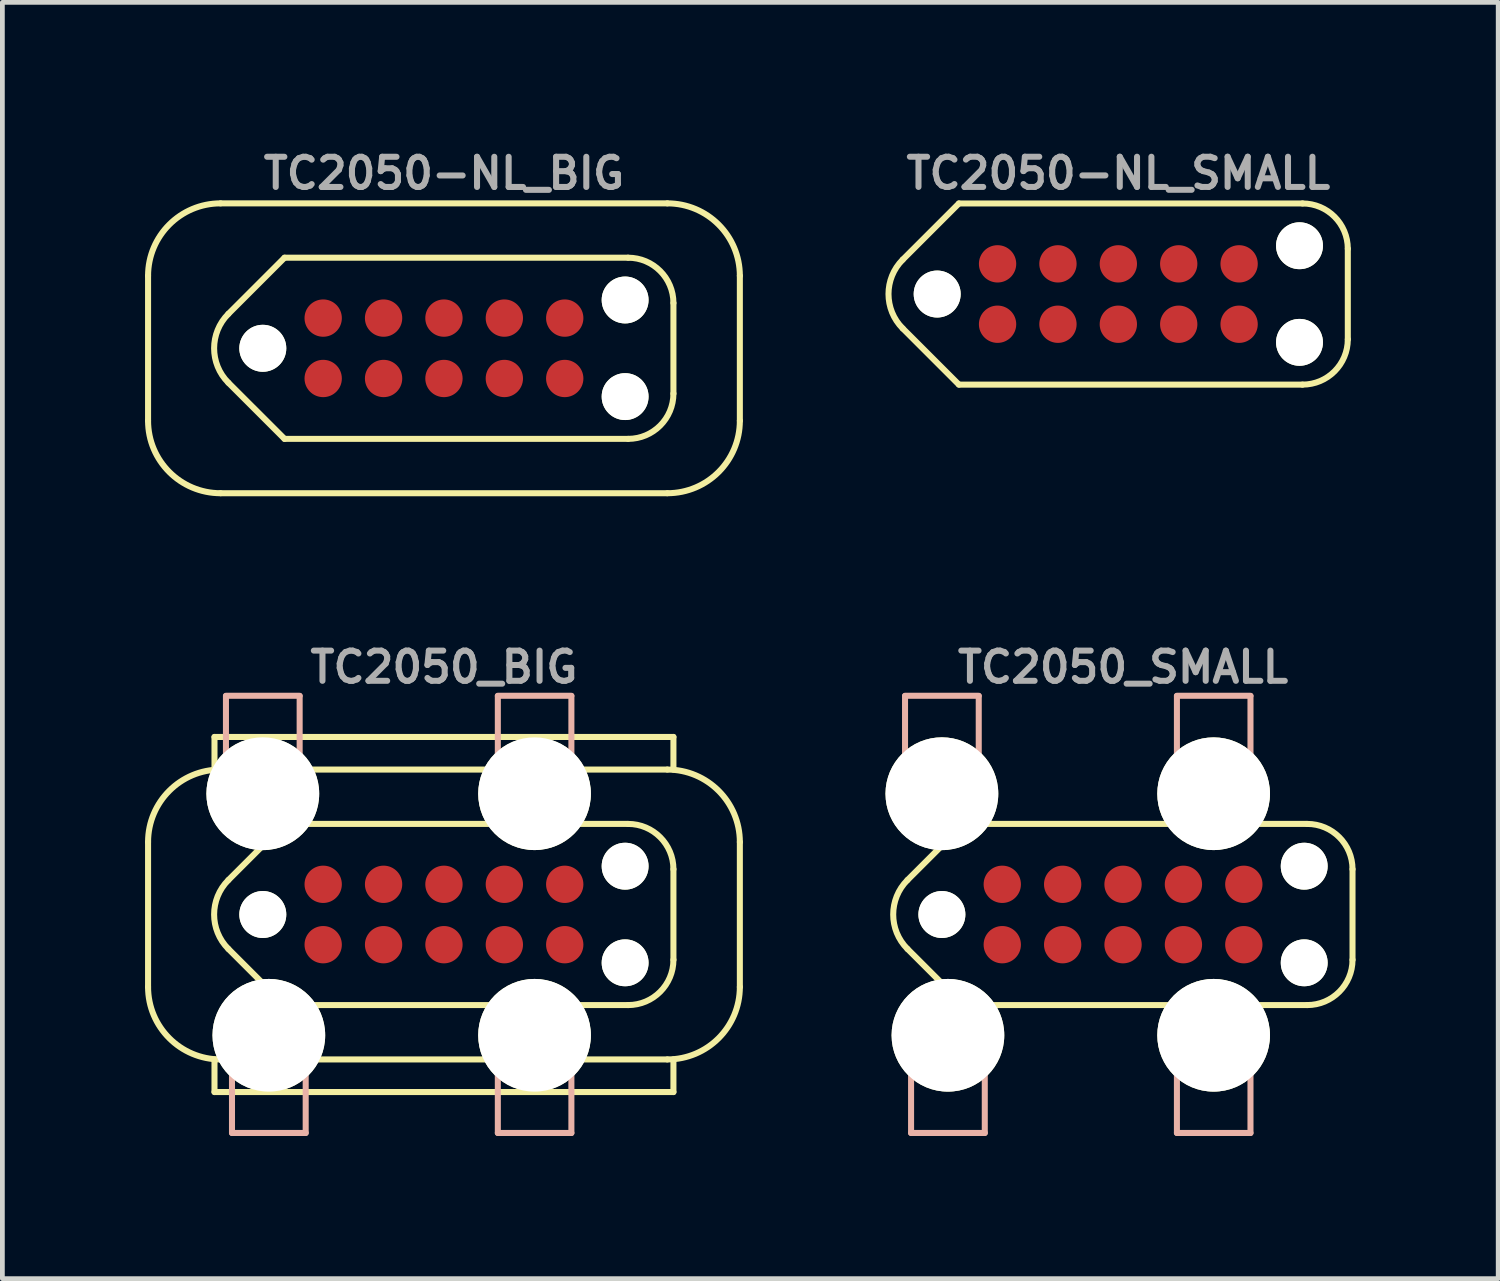
<source format=kicad_pcb>
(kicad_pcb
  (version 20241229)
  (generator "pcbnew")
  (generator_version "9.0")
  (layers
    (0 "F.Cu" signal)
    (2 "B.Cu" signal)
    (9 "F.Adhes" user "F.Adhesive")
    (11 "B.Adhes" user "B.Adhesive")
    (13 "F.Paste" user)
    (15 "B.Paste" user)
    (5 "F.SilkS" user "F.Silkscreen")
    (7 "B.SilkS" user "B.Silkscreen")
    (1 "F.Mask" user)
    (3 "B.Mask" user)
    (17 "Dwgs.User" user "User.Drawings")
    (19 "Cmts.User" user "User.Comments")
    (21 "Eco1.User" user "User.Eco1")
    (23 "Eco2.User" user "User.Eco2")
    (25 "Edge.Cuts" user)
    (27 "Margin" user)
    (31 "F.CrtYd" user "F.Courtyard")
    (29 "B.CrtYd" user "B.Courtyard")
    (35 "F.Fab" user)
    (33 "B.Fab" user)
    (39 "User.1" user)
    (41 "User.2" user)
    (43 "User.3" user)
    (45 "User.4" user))
  (footprint "TC2050_BIG"
    (layer "F.Cu")
    (at 6.287 16.183)
    (property "Reference" "TC2050_BIG" (at 0 -5.202 0) (layer "F.Fab") (effects (font (size 0.635 0.635) (thickness 0.127))))
    (attr exclude_from_pos_files exclude_from_bom)
    (fp_line (start -6.223 1.524) (end -6.223 -1.524) (stroke (width 0.127) (type solid)) (layer "F.SilkS"))
    (fp_line (start -4.826 -3.734) (end -4.826 -3.048) (stroke (width 0.127) (type solid)) (layer "F.SilkS"))
    (fp_line (start -4.826 3.734) (end -4.826 3.048) (stroke (width 0.127) (type solid)) (layer "F.SilkS"))
    (fp_line (start -4.534 -0.724) (end -3.353 -1.905) (stroke (width 0.127) (type solid)) (layer "F.SilkS"))
    (fp_line (start -4.534 0.724) (end -3.353 1.905) (stroke (width 0.127) (type solid)) (layer "F.SilkS"))
    (fp_line (start 3.873 -1.905) (end -3.353 -1.905) (stroke (width 0.127) (type solid)) (layer "F.SilkS"))
    (fp_line (start 3.873 1.905) (end -3.353 1.905) (stroke (width 0.127) (type solid)) (layer "F.SilkS"))
    (fp_line (start 4.699 -3.048) (end -4.699 -3.048) (stroke (width 0.127) (type solid)) (layer "F.SilkS"))
    (fp_line (start 4.699 3.048) (end -4.699 3.048) (stroke (width 0.127) (type solid)) (layer "F.SilkS"))
    (fp_line (start 4.826 -3.734) (end -4.826 -3.734) (stroke (width 0.127) (type solid)) (layer "F.SilkS"))
    (fp_line (start 4.826 -3.734) (end 4.826 -3.048) (stroke (width 0.127) (type solid)) (layer "F.SilkS"))
    (fp_line (start 4.826 -0.953) (end 4.826 0.953) (stroke (width 0.127) (type solid)) (layer "F.SilkS"))
    (fp_line (start 4.826 3.734) (end -4.826 3.734) (stroke (width 0.127) (type solid)) (layer "F.SilkS"))
    (fp_line (start 4.826 3.734) (end 4.826 3.048) (stroke (width 0.127) (type solid)) (layer "F.SilkS"))
    (fp_line (start 6.223 -1.524) (end 6.223 1.524) (stroke (width 0.127) (type solid)) (layer "F.SilkS"))
    (fp_arc (start -6.223 -1.524) (mid -5.776631 -2.601631) (end -4.699 -3.048) (stroke (width 0.127) (type solid)) (layer "F.SilkS"))
    (fp_arc (start -4.699 3.048) (mid -5.776631 2.601631) (end -6.223 1.524) (stroke (width 0.127) (type solid)) (layer "F.SilkS"))
    (fp_arc (start -4.5339 0.7239) (mid -4.833749 0) (end -4.5339 -0.7239) (stroke (width 0.127) (type solid)) (layer "F.SilkS"))
    (fp_arc (start 3.8735 -1.905) (mid 4.547019 -1.626019) (end 4.826 -0.9525) (stroke (width 0.127) (type solid)) (layer "F.SilkS"))
    (fp_arc (start 4.699 -3.048) (mid 5.776631 -2.601631) (end 6.223 -1.524) (stroke (width 0.127) (type solid)) (layer "F.SilkS"))
    (fp_arc (start 4.826 0.9525) (mid 4.547019 1.626019) (end 3.8735 1.905) (stroke (width 0.127) (type solid)) (layer "F.SilkS"))
    (fp_arc (start 6.223 1.524) (mid 5.776631 2.601631) (end 4.699 3.048) (stroke (width 0.127) (type solid)) (layer "F.SilkS"))
    (fp_line (start -4.585 -4.6) (end -3.035 -4.6) (stroke (width 0.127) (type solid)) (layer "B.SilkS"))
    (fp_line (start -4.585 -4.595) (end -4.585 -3.378) (stroke (width 0.127) (type solid)) (layer "B.SilkS"))
    (fp_line (start -4.458 4.595) (end -4.458 3.378) (stroke (width 0.127) (type solid)) (layer "B.SilkS"))
    (fp_line (start -3.035 -4.595) (end -3.035 -3.378) (stroke (width 0.127) (type solid)) (layer "B.SilkS"))
    (fp_line (start -2.908 4.595) (end -4.458 4.595) (stroke (width 0.127) (type solid)) (layer "B.SilkS"))
    (fp_line (start -2.908 4.595) (end -2.908 3.378) (stroke (width 0.127) (type solid)) (layer "B.SilkS"))
    (fp_line (start 1.133 -4.6) (end 2.68 -4.6) (stroke (width 0.127) (type solid)) (layer "B.SilkS"))
    (fp_line (start 1.133 -4.595) (end 1.133 -3.378) (stroke (width 0.127) (type solid)) (layer "B.SilkS"))
    (fp_line (start 1.133 4.595) (end 1.133 3.378) (stroke (width 0.127) (type solid)) (layer "B.SilkS"))
    (fp_line (start 2.68 -4.595) (end 2.68 -3.378) (stroke (width 0.127) (type solid)) (layer "B.SilkS"))
    (fp_line (start 2.68 4.595) (end 1.133 4.595) (stroke (width 0.127) (type solid)) (layer "B.SilkS"))
    (fp_line (start 2.68 4.595) (end 2.68 3.378) (stroke (width 0.127) (type solid)) (layer "B.SilkS"))
    (pad "" np_thru_hole circle (at -3.81 -2.54) (size 2.372 2.372) (drill 2.372) (layers "*.Cu" "*.Mask" "F.SilkS"))
    (pad "" np_thru_hole circle (at -3.81 0) (size 0.988 0.988) (drill 0.988) (layers "*.Cu" "*.Mask" "F.SilkS"))
    (pad "" np_thru_hole circle (at -3.683 2.54) (size 2.37 2.37) (drill 2.37) (layers "*.Cu" "*.Mask" "F.SilkS"))
    (pad "" np_thru_hole circle (at 1.905 -2.54) (size 2.37 2.37) (drill 2.37) (layers "*.Cu" "*.Mask" "F.SilkS"))
    (pad "" np_thru_hole circle (at 1.905 2.54) (size 2.37 2.37) (drill 2.37) (layers "*.Cu" "*.Mask" "F.SilkS"))
    (pad "" np_thru_hole circle (at 3.81 -1.016) (size 0.986 0.986) (drill 0.986) (layers "*.Cu" "*.Mask" "F.SilkS"))
    (pad "" np_thru_hole circle (at 3.81 1.016) (size 0.986 0.986) (drill 0.986) (layers "*.Cu" "*.Mask" "F.SilkS"))
    (pad "1" connect circle (at -2.54 0.635) (size 0.785 0.785) (layers "F.Cu" "F.Mask"))
    (pad "2" connect circle (at -1.27 0.635) (size 0.785 0.785) (layers "F.Cu" "F.Mask"))
    (pad "3" connect circle (at 0 0.635) (size 0.785 0.785) (layers "F.Cu" "F.Mask"))
    (pad "4" connect circle (at 1.27 0.635) (size 0.785 0.785) (layers "F.Cu" "F.Mask"))
    (pad "5" connect circle (at 2.54 0.635) (size 0.785 0.785) (layers "F.Cu" "F.Mask"))
    (pad "6" connect circle (at 2.54 -0.635) (size 0.785 0.785) (layers "F.Cu" "F.Mask"))
    (pad "7" connect circle (at 1.27 -0.635) (size 0.785 0.785) (layers "F.Cu" "F.Mask"))
    (pad "8" connect circle (at 0 -0.635) (size 0.785 0.785) (layers "F.Cu" "F.Mask"))
    (pad "9" connect circle (at -1.27 -0.635) (size 0.785 0.785) (layers "F.Cu" "F.Mask"))
    (pad "10" connect circle (at -2.54 -0.635) (size 0.785 0.785) (layers "F.Cu" "F.Mask")))
  (footprint "TC2050_SMALL"
    (layer "F.Cu")
    (at 20.569 16.183)
    (property "Reference" "TC2050_SMALL" (at 0 -5.202 0) (layer "F.Fab") (effects (font (size 0.635 0.635) (thickness 0.127))))
    (attr exclude_from_pos_files exclude_from_bom)
    (fp_line (start -4.534 -0.724) (end -3.353 -1.905) (stroke (width 0.127) (type solid)) (layer "F.SilkS"))
    (fp_line (start -4.534 0.724) (end -3.353 1.905) (stroke (width 0.127) (type solid)) (layer "F.SilkS"))
    (fp_line (start 3.873 -1.905) (end -3.353 -1.905) (stroke (width 0.127) (type solid)) (layer "F.SilkS"))
    (fp_line (start 3.873 1.905) (end -3.353 1.905) (stroke (width 0.127) (type solid)) (layer "F.SilkS"))
    (fp_line (start 4.826 -0.953) (end 4.826 0.953) (stroke (width 0.127) (type solid)) (layer "F.SilkS"))
    (fp_arc (start -4.5339 0.7239) (mid -4.833749 0) (end -4.5339 -0.7239) (stroke (width 0.127) (type solid)) (layer "F.SilkS"))
    (fp_arc (start 3.8735 -1.905) (mid 4.547019 -1.626019) (end 4.826 -0.9525) (stroke (width 0.127) (type solid)) (layer "F.SilkS"))
    (fp_arc (start 4.826 0.9525) (mid 4.547019 1.626019) (end 3.8735 1.905) (stroke (width 0.127) (type solid)) (layer "F.SilkS"))
    (fp_line (start -4.585 -4.6) (end -3.035 -4.6) (stroke (width 0.127) (type solid)) (layer "B.SilkS"))
    (fp_line (start -4.585 -4.595) (end -4.585 -3.378) (stroke (width 0.127) (type solid)) (layer "B.SilkS"))
    (fp_line (start -4.458 4.595) (end -4.458 3.378) (stroke (width 0.127) (type solid)) (layer "B.SilkS"))
    (fp_line (start -3.035 -4.595) (end -3.035 -3.378) (stroke (width 0.127) (type solid)) (layer "B.SilkS"))
    (fp_line (start -2.908 4.595) (end -4.458 4.595) (stroke (width 0.127) (type solid)) (layer "B.SilkS"))
    (fp_line (start -2.908 4.595) (end -2.908 3.378) (stroke (width 0.127) (type solid)) (layer "B.SilkS"))
    (fp_line (start 1.133 -4.6) (end 2.68 -4.6) (stroke (width 0.127) (type solid)) (layer "B.SilkS"))
    (fp_line (start 1.133 -4.595) (end 1.133 -3.378) (stroke (width 0.127) (type solid)) (layer "B.SilkS"))
    (fp_line (start 1.133 4.595) (end 1.133 3.378) (stroke (width 0.127) (type solid)) (layer "B.SilkS"))
    (fp_line (start 2.68 -4.595) (end 2.68 -3.378) (stroke (width 0.127) (type solid)) (layer "B.SilkS"))
    (fp_line (start 2.68 4.595) (end 1.133 4.595) (stroke (width 0.127) (type solid)) (layer "B.SilkS"))
    (fp_line (start 2.68 4.595) (end 2.68 3.378) (stroke (width 0.127) (type solid)) (layer "B.SilkS"))
    (pad "" np_thru_hole circle (at -3.81 -2.54) (size 2.372 2.372) (drill 2.372) (layers "*.Cu" "*.Mask" "F.SilkS"))
    (pad "" np_thru_hole circle (at -3.81 0) (size 0.988 0.988) (drill 0.988) (layers "*.Cu" "*.Mask" "F.SilkS"))
    (pad "" np_thru_hole circle (at -3.683 2.54) (size 2.37 2.37) (drill 2.37) (layers "*.Cu" "*.Mask" "F.SilkS"))
    (pad "" np_thru_hole circle (at 1.905 -2.54) (size 2.37 2.37) (drill 2.37) (layers "*.Cu" "*.Mask" "F.SilkS"))
    (pad "" np_thru_hole circle (at 1.905 2.54) (size 2.37 2.37) (drill 2.37) (layers "*.Cu" "*.Mask" "F.SilkS"))
    (pad "" np_thru_hole circle (at 3.81 -1.016) (size 0.986 0.986) (drill 0.986) (layers "*.Cu" "*.Mask" "F.SilkS"))
    (pad "" np_thru_hole circle (at 3.81 1.016) (size 0.986 0.986) (drill 0.986) (layers "*.Cu" "*.Mask" "F.SilkS"))
    (pad "1" connect circle (at -2.54 0.635) (size 0.785 0.785) (layers "F.Cu" "F.Mask"))
    (pad "2" connect circle (at -1.27 0.635) (size 0.785 0.785) (layers "F.Cu" "F.Mask"))
    (pad "3" connect circle (at 0 0.635) (size 0.785 0.785) (layers "F.Cu" "F.Mask"))
    (pad "4" connect circle (at 1.27 0.635) (size 0.785 0.785) (layers "F.Cu" "F.Mask"))
    (pad "5" connect circle (at 2.54 0.635) (size 0.785 0.785) (layers "F.Cu" "F.Mask"))
    (pad "6" connect circle (at 2.54 -0.635) (size 0.785 0.785) (layers "F.Cu" "F.Mask"))
    (pad "7" connect circle (at 1.27 -0.635) (size 0.785 0.785) (layers "F.Cu" "F.Mask"))
    (pad "8" connect circle (at 0 -0.635) (size 0.785 0.785) (layers "F.Cu" "F.Mask"))
    (pad "9" connect circle (at -1.27 -0.635) (size 0.785 0.785) (layers "F.Cu" "F.Mask"))
    (pad "10" connect circle (at -2.54 -0.635) (size 0.785 0.785) (layers "F.Cu" "F.Mask")))
  (footprint "TC2050-NL_BIG"
    (layer "F.Cu")
    (at 6.287 4.275)
    (property "Reference" "TC2050-NL_BIG" (at 0 -3.68 0) (layer "F.Fab") (effects (font (size 0.635 0.635) (thickness 0.127))))
    (attr exclude_from_pos_files exclude_from_bom)
    (fp_line (start -6.223 1.524) (end -6.223 -1.524) (stroke (width 0.127) (type solid)) (layer "F.SilkS"))
    (fp_line (start -4.534 -0.724) (end -3.353 -1.905) (stroke (width 0.127) (type solid)) (layer "F.SilkS"))
    (fp_line (start -4.534 0.724) (end -3.353 1.905) (stroke (width 0.127) (type solid)) (layer "F.SilkS"))
    (fp_line (start 3.873 -1.905) (end -3.353 -1.905) (stroke (width 0.127) (type solid)) (layer "F.SilkS"))
    (fp_line (start 3.873 1.905) (end -3.353 1.905) (stroke (width 0.127) (type solid)) (layer "F.SilkS"))
    (fp_line (start 4.699 -3.048) (end -4.699 -3.048) (stroke (width 0.127) (type solid)) (layer "F.SilkS"))
    (fp_line (start 4.699 3.048) (end -4.699 3.048) (stroke (width 0.127) (type solid)) (layer "F.SilkS"))
    (fp_line (start 4.826 -0.953) (end 4.826 0.953) (stroke (width 0.127) (type solid)) (layer "F.SilkS"))
    (fp_line (start 6.223 -1.524) (end 6.223 1.524) (stroke (width 0.127) (type solid)) (layer "F.SilkS"))
    (fp_arc (start -6.223 -1.524) (mid -5.776631 -2.601631) (end -4.699 -3.048) (stroke (width 0.127) (type solid)) (layer "F.SilkS"))
    (fp_arc (start -4.699 3.048) (mid -5.776631 2.601631) (end -6.223 1.524) (stroke (width 0.127) (type solid)) (layer "F.SilkS"))
    (fp_arc (start -4.5339 0.7239) (mid -4.833749 0) (end -4.5339 -0.7239) (stroke (width 0.127) (type solid)) (layer "F.SilkS"))
    (fp_arc (start 3.8735 -1.905) (mid 4.547019 -1.626019) (end 4.826 -0.9525) (stroke (width 0.127) (type solid)) (layer "F.SilkS"))
    (fp_arc (start 4.699 -3.048) (mid 5.776631 -2.601631) (end 6.223 -1.524) (stroke (width 0.127) (type solid)) (layer "F.SilkS"))
    (fp_arc (start 4.826 0.9525) (mid 4.547019 1.626019) (end 3.8735 1.905) (stroke (width 0.127) (type solid)) (layer "F.SilkS"))
    (fp_arc (start 6.223 1.524) (mid 5.776631 2.601631) (end 4.699 3.048) (stroke (width 0.127) (type solid)) (layer "F.SilkS"))
    (pad "" np_thru_hole circle (at -3.81 0) (size 0.988 0.988) (drill 0.988) (layers "*.Cu" "*.Mask" "F.SilkS"))
    (pad "" np_thru_hole circle (at 3.81 -1.016) (size 0.986 0.986) (drill 0.986) (layers "*.Cu" "*.Mask" "F.SilkS"))
    (pad "" np_thru_hole circle (at 3.81 1.016) (size 0.986 0.986) (drill 0.986) (layers "*.Cu" "*.Mask" "F.SilkS"))
    (pad "1" connect circle (at -2.54 0.635) (size 0.785 0.785) (layers "F.Cu" "F.Mask"))
    (pad "2" connect circle (at -1.27 0.635) (size 0.785 0.785) (layers "F.Cu" "F.Mask"))
    (pad "3" connect circle (at 0 0.635) (size 0.785 0.785) (layers "F.Cu" "F.Mask"))
    (pad "4" connect circle (at 1.27 0.635) (size 0.785 0.785) (layers "F.Cu" "F.Mask"))
    (pad "5" connect circle (at 2.54 0.635) (size 0.785 0.785) (layers "F.Cu" "F.Mask"))
    (pad "6" connect circle (at 2.54 -0.635) (size 0.785 0.785) (layers "F.Cu" "F.Mask"))
    (pad "7" connect circle (at 1.27 -0.635) (size 0.785 0.785) (layers "F.Cu" "F.Mask"))
    (pad "8" connect circle (at 0 -0.635) (size 0.785 0.785) (layers "F.Cu" "F.Mask"))
    (pad "9" connect circle (at -1.27 -0.635) (size 0.785 0.785) (layers "F.Cu" "F.Mask"))
    (pad "10" connect circle (at -2.54 -0.635) (size 0.785 0.785) (layers "F.Cu" "F.Mask")))
  (footprint "TC2050-NL_SMALL"
    (layer "F.Cu")
    (at 20.47 3.134)
    (property "Reference" "TC2050-NL_SMALL" (at 0 -2.54 0) (layer "F.Fab") (effects (font (size 0.635 0.635) (thickness 0.127))))
    (attr exclude_from_pos_files exclude_from_bom)
    (fp_line (start -4.534 -0.724) (end -3.353 -1.905) (stroke (width 0.127) (type solid)) (layer "F.SilkS"))
    (fp_line (start -4.534 0.724) (end -3.353 1.905) (stroke (width 0.127) (type solid)) (layer "F.SilkS"))
    (fp_line (start 3.873 -1.905) (end -3.353 -1.905) (stroke (width 0.127) (type solid)) (layer "F.SilkS"))
    (fp_line (start 3.873 1.905) (end -3.353 1.905) (stroke (width 0.127) (type solid)) (layer "F.SilkS"))
    (fp_line (start 4.826 -0.953) (end 4.826 0.953) (stroke (width 0.127) (type solid)) (layer "F.SilkS"))
    (fp_arc (start -4.5339 0.7239) (mid -4.833749 0) (end -4.5339 -0.7239) (stroke (width 0.127) (type solid)) (layer "F.SilkS"))
    (fp_arc (start 3.8735 -1.905) (mid 4.547019 -1.626019) (end 4.826 -0.9525) (stroke (width 0.127) (type solid)) (layer "F.SilkS"))
    (fp_arc (start 4.826 0.9525) (mid 4.547019 1.626019) (end 3.8735 1.905) (stroke (width 0.127) (type solid)) (layer "F.SilkS"))
    (pad "" np_thru_hole circle (at -3.81 0) (size 0.988 0.988) (drill 0.988) (layers "*.Cu" "*.Mask" "F.SilkS"))
    (pad "" np_thru_hole circle (at 3.81 -1.016) (size 0.986 0.986) (drill 0.986) (layers "*.Cu" "*.Mask" "F.SilkS"))
    (pad "" np_thru_hole circle (at 3.81 1.016) (size 0.986 0.986) (drill 0.986) (layers "*.Cu" "*.Mask" "F.SilkS"))
    (pad "1" connect circle (at -2.54 0.635) (size 0.785 0.785) (layers "F.Cu" "F.Mask"))
    (pad "2" connect circle (at -1.27 0.635) (size 0.785 0.785) (layers "F.Cu" "F.Mask"))
    (pad "3" connect circle (at 0 0.635) (size 0.785 0.785) (layers "F.Cu" "F.Mask"))
    (pad "4" connect circle (at 1.27 0.635) (size 0.785 0.785) (layers "F.Cu" "F.Mask"))
    (pad "5" connect circle (at 2.54 0.635) (size 0.785 0.785) (layers "F.Cu" "F.Mask"))
    (pad "6" connect circle (at 2.54 -0.635) (size 0.785 0.785) (layers "F.Cu" "F.Mask"))
    (pad "7" connect circle (at 1.27 -0.635) (size 0.785 0.785) (layers "F.Cu" "F.Mask"))
    (pad "8" connect circle (at 0 -0.635) (size 0.785 0.785) (layers "F.Cu" "F.Mask"))
    (pad "9" connect circle (at -1.27 -0.635) (size 0.785 0.785) (layers "F.Cu" "F.Mask"))
    (pad "10" connect circle (at -2.54 -0.635) (size 0.785 0.785) (layers "F.Cu" "F.Mask")))
  (gr_rect
    (start -3 -3)
    (end 28.459 23.841)
    (stroke (width 0.1) (type default))
    (fill no)
    (layer "Edge.Cuts")))
</source>
